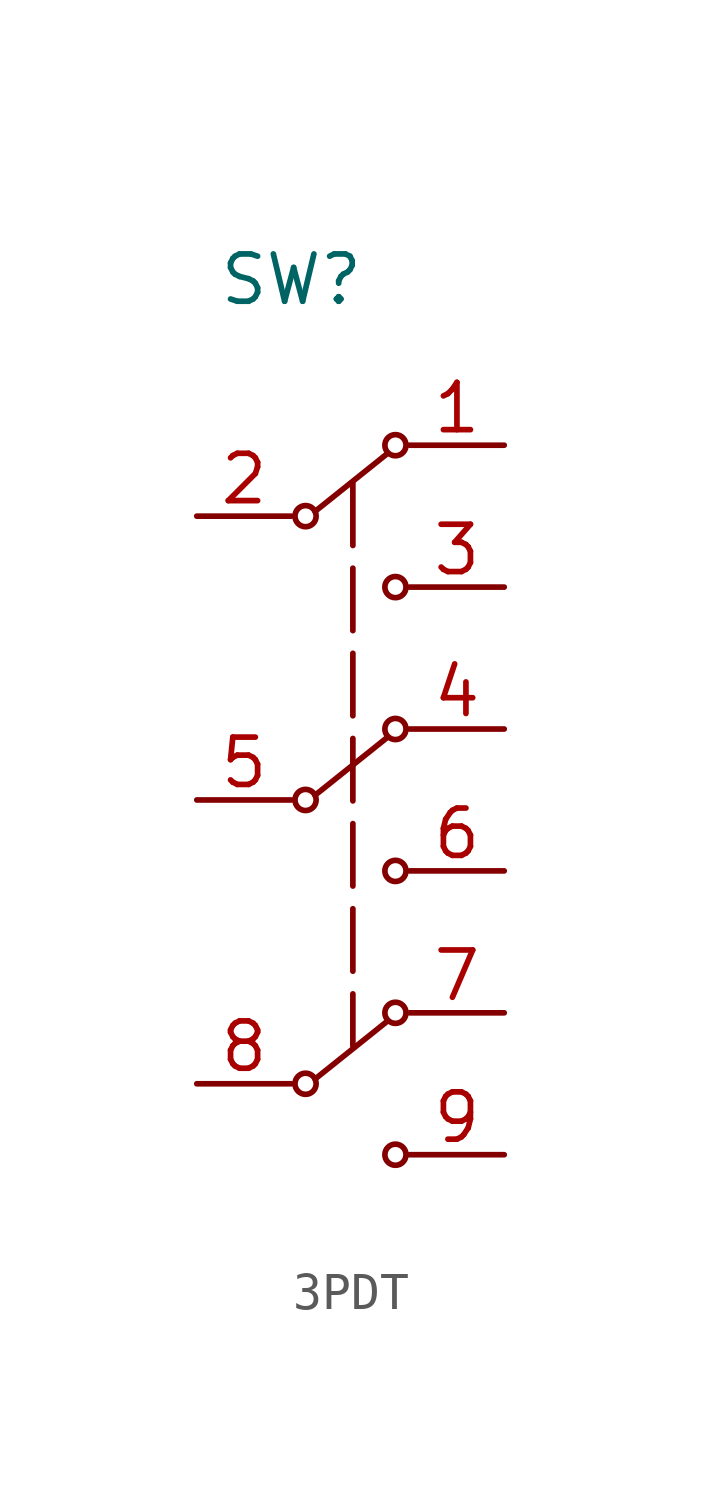
<source format=kicad_sym>
(kicad_symbol_lib
  (version 20220914)
  (generator kicad_symbol_editor)
  (symbol "3PDT"
    (property "Reference" "SW"
      (at 0 1.905 0)
      (effects (font (size 1.27 1.27))))
    (property "Value" ""
      (at 0 0 0)
      (effects (font (size 1.27 1.27))))
    (symbol "3PDT_0_1"
      (polyline (pts (xy 0.635 -19.558) (xy 2.54 -18.034)) (stroke (width 0) (type default)) (fill (type none)))
      (polyline (pts (xy 0.635 -11.938) (xy 2.54 -10.414)) (stroke (width 0) (type default)) (fill (type none)))
      (polyline (pts (xy 0.635 -4.318) (xy 2.54 -2.794)) (stroke (width 0) (type default)) (fill (type none)))
      (circle (center 0.381 -19.685) (radius 0.284) (stroke (width 0) (type default)) (fill (type none)))
      (circle (center 0.381 -12.065) (radius 0.284) (stroke (width 0) (type default)) (fill (type none)))
      (circle (center 0.381 -4.445) (radius 0.284) (stroke (width 0) (type default)) (fill (type none)))
      (circle (center 2.794 -21.59) (radius 0.284) (stroke (width 0) (type default)) (fill (type none)))
      (circle (center 2.794 -17.78) (radius 0.284) (stroke (width 0) (type default)) (fill (type none)))
      (circle (center 2.794 -13.97) (radius 0.284) (stroke (width 0) (type default)) (fill (type none)))
      (circle (center 2.794 -10.16) (radius 0.284) (stroke (width 0) (type default)) (fill (type none)))
      (circle (center 2.794 -6.35) (radius 0.284) (stroke (width 0) (type default)) (fill (type none)))
      (circle (center 2.794 -2.54) (radius 0.284) (stroke (width 0) (type default)) (fill (type none))))
    (symbol "3PDT_1_1"
      (polyline (pts (xy 1.651 -3.556) (xy 1.651 -18.669)) (stroke (width 0) (type dash)) (fill (type none)))
      (pin input line (at 5.715 -2.54 180) (length 2.54) (name "" (effects (font (size 1.27 1.27)))) (number "1" (effects (font (size 1.27 1.27)))))
      (pin input line (at -2.54 -4.445 0) (length 2.54) (name "" (effects (font (size 1.27 1.27)))) (number "2" (effects (font (size 1.27 1.27)))))
      (pin input line (at 5.715 -6.35 180) (length 2.54) (name "" (effects (font (size 1.27 1.27)))) (number "3" (effects (font (size 1.27 1.27)))))
      (pin input line (at 5.715 -10.16 180) (length 2.54) (name "" (effects (font (size 1.27 1.27)))) (number "4" (effects (font (size 1.27 1.27)))))
      (pin input line (at -2.54 -12.065 0) (length 2.54) (name "" (effects (font (size 1.27 1.27)))) (number "5" (effects (font (size 1.27 1.27)))))
      (pin input line (at 5.715 -13.97 180) (length 2.54) (name "" (effects (font (size 1.27 1.27)))) (number "6" (effects (font (size 1.27 1.27)))))
      (pin input line (at 5.715 -17.78 180) (length 2.54) (name "" (effects (font (size 1.27 1.27)))) (number "7" (effects (font (size 1.27 1.27)))))
      (pin input line (at -2.54 -19.685 0) (length 2.54) (name "" (effects (font (size 1.27 1.27)))) (number "8" (effects (font (size 1.27 1.27)))))
      (pin input line (at 5.715 -21.59 180) (length 2.54) (name "" (effects (font (size 1.27 1.27)))) (number "9" (effects (font (size 1.27 1.27))))))))
</source>
